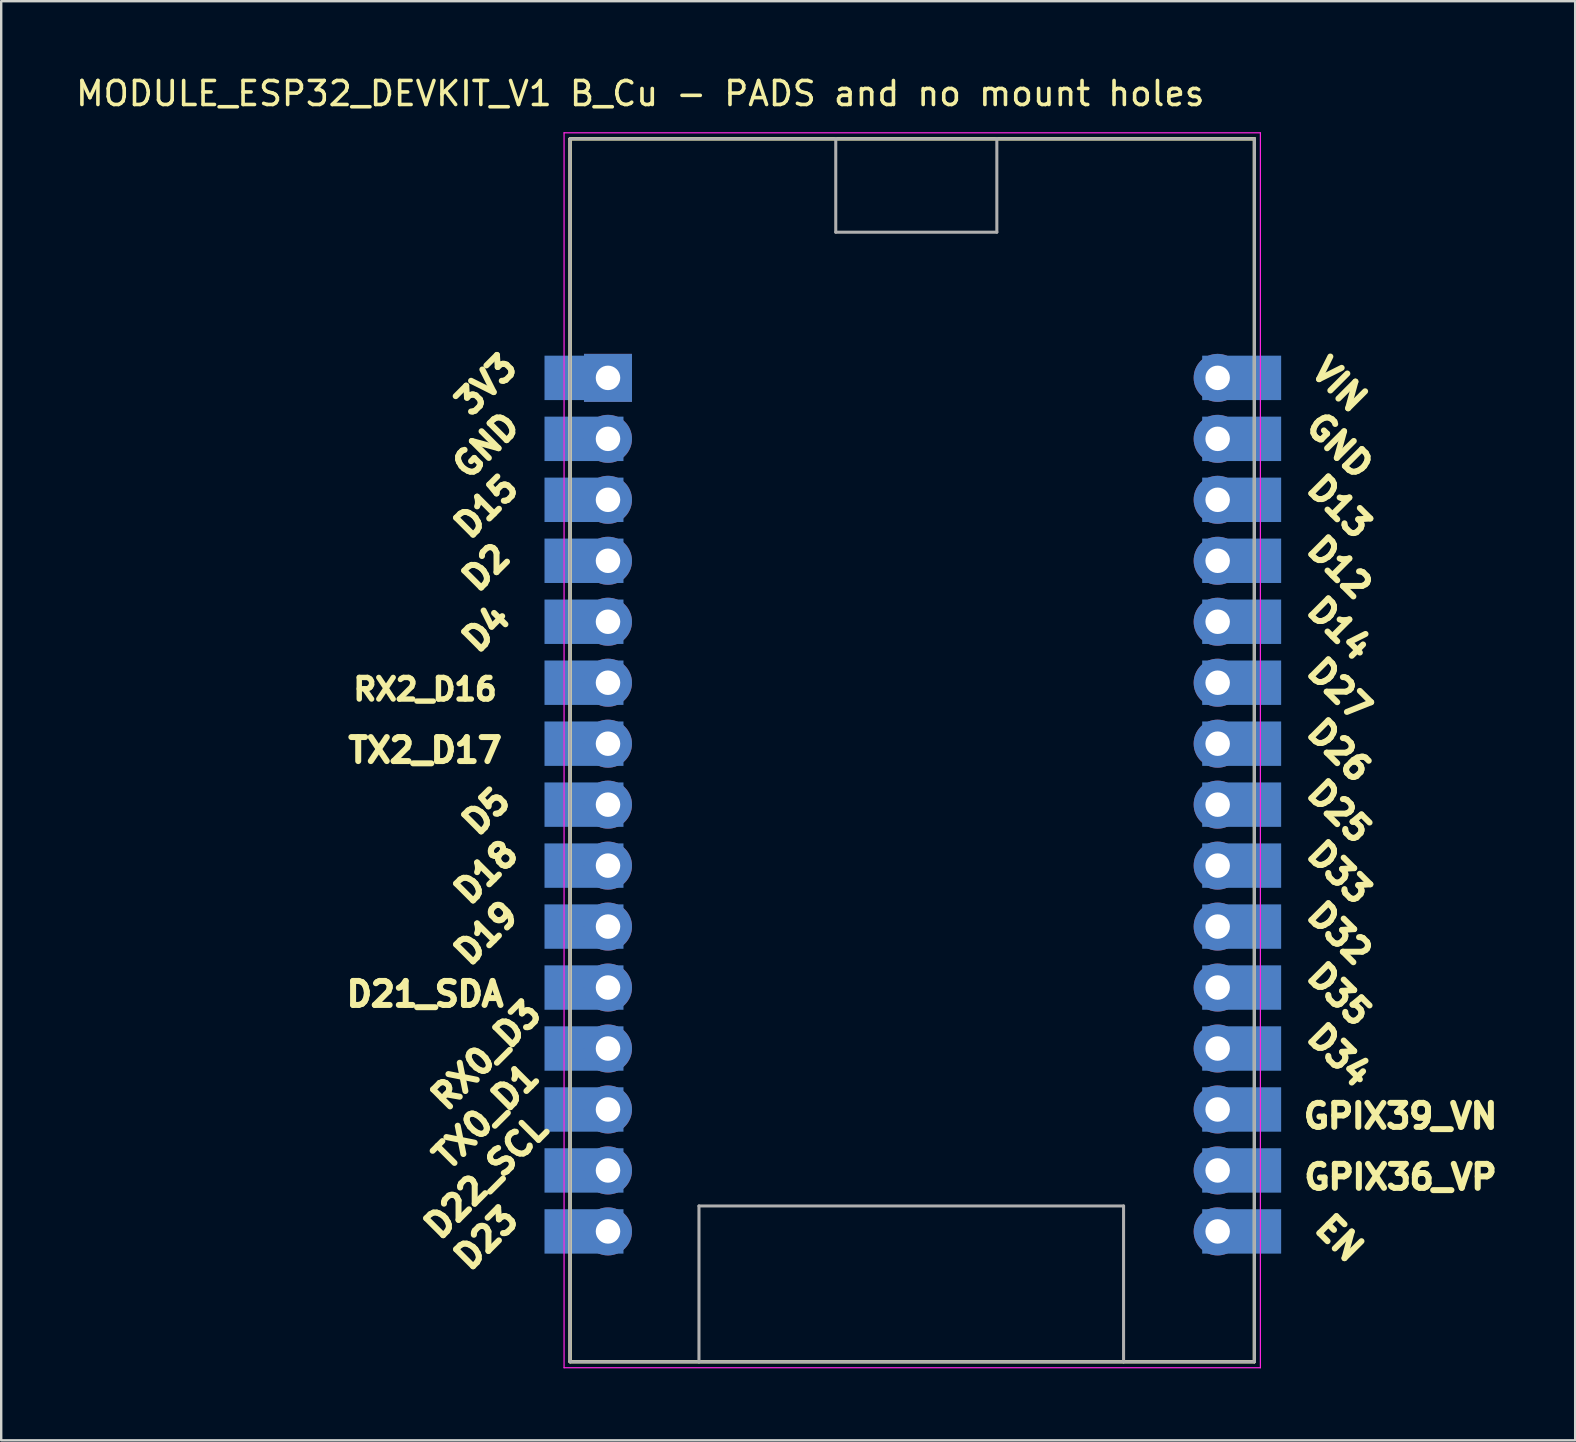
<source format=kicad_pcb>
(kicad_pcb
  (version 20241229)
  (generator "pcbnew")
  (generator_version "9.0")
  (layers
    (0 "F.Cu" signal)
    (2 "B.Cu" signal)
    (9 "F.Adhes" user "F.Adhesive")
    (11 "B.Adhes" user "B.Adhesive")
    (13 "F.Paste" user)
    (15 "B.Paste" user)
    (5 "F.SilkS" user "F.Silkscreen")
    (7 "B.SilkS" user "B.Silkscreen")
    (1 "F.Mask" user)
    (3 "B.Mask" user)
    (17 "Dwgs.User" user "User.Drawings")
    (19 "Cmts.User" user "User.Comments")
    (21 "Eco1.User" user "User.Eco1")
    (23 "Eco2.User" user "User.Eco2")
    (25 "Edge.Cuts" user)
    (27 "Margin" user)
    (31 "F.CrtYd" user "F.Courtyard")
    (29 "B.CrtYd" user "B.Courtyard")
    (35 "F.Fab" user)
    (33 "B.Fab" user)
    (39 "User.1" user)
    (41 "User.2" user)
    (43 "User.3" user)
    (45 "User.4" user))
  (footprint "MODULE_ESP32_DEVKIT_V1 B_Cu - PADS and no mount holes"
    (layer "F.Cu")
    (at 34.98 28.208)
    (property "Reference" "MODULE_ESP32_DEVKIT_V1 B_Cu - PADS and no mount holes" (at -11.355 -27.36 180) (layer "F.SilkS") (effects (font (size 1 1) (thickness 0.15))))
    (attr through_hole)
    (fp_line (start -14.28 -25.475) (end -3.211 -25.475) (stroke (width 0.127) (type solid)) (layer "F.SilkS"))
    (fp_line (start -14.28 -25.475) (end 14.23 -25.475) (stroke (width 0.127) (type solid)) (layer "F.SilkS"))
    (fp_line (start -14.28 25.475) (end -14.28 -25.475) (stroke (width 0.127) (type solid)) (layer "F.SilkS"))
    (fp_line (start -14.28 25.475) (end -14.28 -25.475) (stroke (width 0.127) (type solid)) (layer "F.SilkS"))
    (fp_line (start -14.28 25.475) (end -8.91 25.475) (stroke (width 0.127) (type solid)) (layer "F.SilkS"))
    (fp_line (start -8.91 25.475) (end 8.78 25.475) (stroke (width 0.127) (type solid)) (layer "F.SilkS"))
    (fp_line (start -3.211 -25.475) (end 3.5 -25.475) (stroke (width 0.127) (type solid)) (layer "F.SilkS"))
    (fp_line (start 3.5 -25.475) (end 14.23 -25.475) (stroke (width 0.127) (type solid)) (layer "F.SilkS"))
    (fp_line (start 8.78 25.475) (end 14.23 25.475) (stroke (width 0.127) (type solid)) (layer "F.SilkS"))
    (fp_line (start 14.23 -25.475) (end 14.23 25.475) (stroke (width 0.127) (type solid)) (layer "F.SilkS"))
    (fp_line (start 14.23 -25.475) (end 14.23 25.475) (stroke (width 0.127) (type solid)) (layer "F.SilkS"))
    (fp_line (start 14.23 25.475) (end -14.28 25.475) (stroke (width 0.127) (type solid)) (layer "F.SilkS"))
    (fp_line (start -14.53 -25.725) (end -14.53 25.725) (stroke (width 0.05) (type solid)) (layer "F.CrtYd"))
    (fp_line (start -14.53 25.725) (end 14.48 25.725) (stroke (width 0.05) (type solid)) (layer "F.CrtYd"))
    (fp_line (start 14.48 -25.725) (end -14.53 -25.725) (stroke (width 0.05) (type solid)) (layer "F.CrtYd"))
    (fp_line (start 14.48 25.725) (end 14.48 -25.725) (stroke (width 0.05) (type solid)) (layer "F.CrtYd"))
    (fp_line (start -14.28 -25.475) (end -3.211 -25.475) (stroke (width 0.127) (type solid)) (layer "F.Fab"))
    (fp_line (start -14.28 25.475) (end -14.28 -25.475) (stroke (width 0.127) (type solid)) (layer "F.Fab"))
    (fp_line (start -14.28 25.475) (end -8.91 25.475) (stroke (width 0.127) (type solid)) (layer "F.Fab"))
    (fp_line (start -8.91 18.985) (end 8.78 18.985) (stroke (width 0.127) (type solid)) (layer "F.Fab"))
    (fp_line (start -8.91 25.475) (end -8.91 18.985) (stroke (width 0.127) (type solid)) (layer "F.Fab"))
    (fp_line (start -8.91 25.475) (end 8.78 25.475) (stroke (width 0.127) (type solid)) (layer "F.Fab"))
    (fp_line (start -3.211 -25.475) (end 3.5 -25.475) (stroke (width 0.127) (type solid)) (layer "F.Fab"))
    (fp_line (start -3.211 -21.585) (end -3.211 -25.475) (stroke (width 0.127) (type solid)) (layer "F.Fab"))
    (fp_line (start 3.5 -25.475) (end 3.5 -21.585) (stroke (width 0.127) (type solid)) (layer "F.Fab"))
    (fp_line (start 3.5 -25.475) (end 14.23 -25.475) (stroke (width 0.127) (type solid)) (layer "F.Fab"))
    (fp_line (start 3.5 -21.585) (end -3.211 -21.585) (stroke (width 0.127) (type solid)) (layer "F.Fab"))
    (fp_line (start 8.78 18.985) (end 8.78 25.475) (stroke (width 0.127) (type solid)) (layer "F.Fab"))
    (fp_line (start 8.78 25.475) (end 14.23 25.475) (stroke (width 0.127) (type solid)) (layer "F.Fab"))
    (fp_line (start 14.23 -25.475) (end 14.23 25.475) (stroke (width 0.127) (type solid)) (layer "F.Fab"))
    (fp_text user "D21_SDA" (at -20.32 10.16 0) (unlocked yes) (layer "F.SilkS") (effects (font (size 1 1) (thickness 0.25) (bold yes))))
    (fp_text user "D2" (at -17.78 -7.62 45) (unlocked yes) (layer "F.SilkS") (effects (font (size 1 1) (thickness 0.25) (bold yes))))
    (fp_text user "D5" (at -17.78 2.54 45) (unlocked yes) (layer "F.SilkS") (effects (font (size 1 1) (thickness 0.25) (bold yes))))
    (fp_text user "GND" (at -17.78 -12.7 45) (unlocked yes) (layer "F.SilkS") (effects (font (size 1 1) (thickness 0.25) (bold yes))))
    (fp_text user "RX2_D16" (at -20.32 -2.54 0) (unlocked yes) (layer "F.SilkS") (effects (font (size 0.9 0.9) (thickness 0.225) (bold yes))))
    (fp_text user "GPIX39_VN" (at 20.32 15.24 0) (unlocked yes) (layer "F.SilkS") (effects (font (size 1 1) (thickness 0.25) (bold yes))))
    (fp_text user "D14" (at 17.78 -5.08 315) (unlocked yes) (layer "F.SilkS") (effects (font (size 1 1) (thickness 0.25) (bold yes))))
    (fp_text user "TX2_D17" (at -20.32 0 0) (unlocked yes) (layer "F.SilkS") (effects (font (size 1 1) (thickness 0.25) (bold yes))))
    (fp_text user "D27" (at 17.78 -2.54 315) (unlocked yes) (layer "F.SilkS") (effects (font (size 1 1) (thickness 0.25) (bold yes))))
    (fp_text user "3V3" (at -17.78 -15.24 45) (unlocked yes) (layer "F.SilkS") (effects (font (size 1 1) (thickness 0.25) (bold yes))))
    (fp_text user "D19" (at -17.78 7.62 45) (unlocked yes) (layer "F.SilkS") (effects (font (size 1 1) (thickness 0.25) (bold yes))))
    (fp_text user "GPIX36_VP" (at 20.32 17.78 0) (unlocked yes) (layer "F.SilkS") (effects (font (size 1 1) (thickness 0.25) (bold yes))))
    (fp_text user "D12" (at 17.78 -7.62 315) (unlocked yes) (layer "F.SilkS") (effects (font (size 1 1) (thickness 0.25) (bold yes))))
    (fp_text user "D25" (at 17.78 2.54 315) (unlocked yes) (layer "F.SilkS") (effects (font (size 1 1) (thickness 0.25) (bold yes))))
    (fp_text user "GND" (at 17.78 -12.7 315) (unlocked yes) (layer "F.SilkS") (effects (font (size 1 1) (thickness 0.25) (bold yes))))
    (fp_text user "D26" (at 17.78 0 315) (unlocked yes) (layer "F.SilkS") (effects (font (size 1 1) (thickness 0.25) (bold yes))))
    (fp_text user "D34" (at 17.78 12.7 315) (unlocked yes) (layer "F.SilkS") (effects (font (size 1 1) (thickness 0.25) (bold yes))))
    (fp_text user "RX0_D3" (at -17.78 12.7 45) (unlocked yes) (layer "F.SilkS") (effects (font (size 1 1) (thickness 0.25) (bold yes))))
    (fp_text user "D22_SCL" (at -17.78 17.78 45) (unlocked yes) (layer "F.SilkS") (effects (font (size 1 1) (thickness 0.25) (bold yes))))
    (fp_text user "EN" (at 17.78 20.32 315) (unlocked yes) (layer "F.SilkS") (effects (font (size 1 1) (thickness 0.25) (bold yes))))
    (fp_text user "VIN" (at 17.78 -15.24 315) (unlocked yes) (layer "F.SilkS") (effects (font (size 1 1) (thickness 0.25) (bold yes))))
    (fp_text user "D33" (at 17.78 5.08 315) (unlocked yes) (layer "F.SilkS") (effects (font (size 1 1) (thickness 0.25) (bold yes))))
    (fp_text user "D15" (at -17.78 -10.16 45) (unlocked yes) (layer "F.SilkS") (effects (font (size 1 1) (thickness 0.25) (bold yes))))
    (fp_text user "D32" (at 17.78 7.62 315) (unlocked yes) (layer "F.SilkS") (effects (font (size 1 1) (thickness 0.25) (bold yes))))
    (fp_text user "D23" (at -17.78 20.32 45) (unlocked yes) (layer "F.SilkS") (effects (font (size 1 1) (thickness 0.25) (bold yes))))
    (fp_text user "D4" (at -17.78 -5.08 45) (unlocked yes) (layer "F.SilkS") (effects (font (size 1 1) (thickness 0.25) (bold yes))))
    (fp_text user "D18" (at -17.78 5.08 45) (unlocked yes) (layer "F.SilkS") (effects (font (size 1 1) (thickness 0.25) (bold yes))))
    (fp_text user "TX0_D1" (at -17.78 15.24 45) (unlocked yes) (layer "F.SilkS") (effects (font (size 1 1) (thickness 0.25) (bold yes))))
    (fp_text user "D13" (at 17.78 -10.16 315) (unlocked yes) (layer "F.SilkS") (effects (font (size 1 1) (thickness 0.25) (bold yes))))
    (fp_text user "D35" (at 17.78 10.16 315) (unlocked yes) (layer "F.SilkS") (effects (font (size 1 1) (thickness 0.25) (bold yes))))
    (pad "1" smd rect (at -13.7 -15.515) (size 3.29 1.85) (layers "F.Mask" "B.Cu"))
    (pad "1" thru_hole rect (at -12.7 -15.515) (size 2 2) (drill 1.02) (layers "*.Cu" "*.Mask"))
    (pad "2" smd rect (at -13.7 -12.975) (size 3.29 1.85) (layers "F.Mask" "B.Cu"))
    (pad "2" thru_hole circle (at -12.7 -12.975) (size 2 2) (drill 1.02) (layers "*.Cu" "*.Mask"))
    (pad "3" smd rect (at -13.7 -10.435) (size 3.29 1.85) (layers "F.Mask" "B.Cu"))
    (pad "3" thru_hole circle (at -12.7 -10.435) (size 2 2) (drill 1.02) (layers "*.Cu" "*.Mask"))
    (pad "4" smd rect (at -13.7 -7.895) (size 3.29 1.85) (layers "F.Mask" "B.Cu"))
    (pad "4" thru_hole circle (at -12.7 -7.895) (size 2 2) (drill 1.02) (layers "*.Cu" "*.Mask"))
    (pad "5" smd rect (at -13.7 -5.355) (size 3.29 1.85) (layers "F.Mask" "B.Cu"))
    (pad "5" thru_hole circle (at -12.7 -5.355) (size 2 2) (drill 1.02) (layers "*.Cu" "*.Mask"))
    (pad "6" smd rect (at -13.7 -2.815) (size 3.29 1.85) (layers "F.Mask" "B.Cu"))
    (pad "6" thru_hole circle (at -12.7 -2.815) (size 2 2) (drill 1.02) (layers "*.Cu" "*.Mask"))
    (pad "7" smd rect (at -13.7 -0.275) (size 3.29 1.85) (layers "F.Mask" "B.Cu"))
    (pad "7" thru_hole circle (at -12.7 -0.275) (size 2 2) (drill 1.02) (layers "*.Cu" "*.Mask"))
    (pad "8" smd rect (at -13.7 2.265) (size 3.29 1.85) (layers "F.Mask" "B.Cu"))
    (pad "8" thru_hole circle (at -12.7 2.265) (size 2 2) (drill 1.02) (layers "*.Cu" "*.Mask"))
    (pad "9" smd rect (at -13.7 4.805) (size 3.29 1.85) (layers "F.Mask" "B.Cu"))
    (pad "9" thru_hole circle (at -12.7 4.805) (size 2 2) (drill 1.02) (layers "*.Cu" "*.Mask"))
    (pad "10" smd rect (at -13.7 7.345) (size 3.29 1.85) (layers "F.Mask" "B.Cu"))
    (pad "10" thru_hole circle (at -12.7 7.345) (size 2 2) (drill 1.02) (layers "*.Cu" "*.Mask"))
    (pad "11" smd rect (at -13.7 9.885) (size 3.29 1.85) (layers "F.Mask" "B.Cu"))
    (pad "11" thru_hole circle (at -12.7 9.885) (size 2 2) (drill 1.02) (layers "*.Cu" "*.Mask"))
    (pad "12" smd rect (at -13.7 12.425) (size 3.29 1.85) (layers "F.Mask" "B.Cu"))
    (pad "12" thru_hole circle (at -12.7 12.425) (size 2 2) (drill 1.02) (layers "*.Cu" "*.Mask"))
    (pad "13" smd rect (at -13.7 14.965) (size 3.29 1.85) (layers "F.Mask" "B.Cu"))
    (pad "13" thru_hole circle (at -12.7 14.965) (size 2 2) (drill 1.02) (layers "*.Cu" "*.Mask"))
    (pad "14" smd rect (at -13.7 17.505) (size 3.29 1.85) (layers "F.Mask" "B.Cu"))
    (pad "14" thru_hole circle (at -12.7 17.505) (size 2 2) (drill 1.02) (layers "*.Cu" "*.Mask"))
    (pad "15" smd rect (at -13.7 20.045) (size 3.29 1.85) (layers "F.Mask" "B.Cu"))
    (pad "15" thru_hole circle (at -12.7 20.045) (size 2 2) (drill 1.02) (layers "*.Cu" "*.Mask"))
    (pad "16" thru_hole circle (at 12.7 20.045) (size 2 2) (drill 1.02) (layers "*.Cu" "*.Mask"))
    (pad "16" smd rect (at 13.7 20.045) (size 3.29 1.85) (layers "F.Mask" "B.Cu"))
    (pad "17" thru_hole circle (at 12.7 17.505) (size 2 2) (drill 1.02) (layers "*.Cu" "*.Mask"))
    (pad "17" smd rect (at 13.7 17.505) (size 3.29 1.85) (layers "F.Mask" "B.Cu"))
    (pad "18" thru_hole circle (at 12.7 14.965) (size 2 2) (drill 1.02) (layers "*.Cu" "*.Mask"))
    (pad "18" smd rect (at 13.7 14.965) (size 3.29 1.85) (layers "F.Mask" "B.Cu"))
    (pad "19" thru_hole circle (at 12.7 12.425) (size 2 2) (drill 1.02) (layers "*.Cu" "*.Mask"))
    (pad "19" smd rect (at 13.7 12.425) (size 3.29 1.85) (layers "F.Mask" "B.Cu"))
    (pad "20" thru_hole circle (at 12.7 9.885) (size 2 2) (drill 1.02) (layers "*.Cu" "*.Mask"))
    (pad "20" smd rect (at 13.7 9.885) (size 3.29 1.85) (layers "F.Mask" "B.Cu"))
    (pad "21" thru_hole circle (at 12.7 7.345) (size 2 2) (drill 1.02) (layers "*.Cu" "*.Mask"))
    (pad "21" smd rect (at 13.7 7.345) (size 3.29 1.85) (layers "F.Mask" "B.Cu"))
    (pad "22" thru_hole circle (at 12.7 4.805) (size 2 2) (drill 1.02) (layers "*.Cu" "*.Mask"))
    (pad "22" smd rect (at 13.7 4.805) (size 3.29 1.85) (layers "F.Mask" "B.Cu"))
    (pad "23" thru_hole circle (at 12.7 2.265) (size 2 2) (drill 1.02) (layers "*.Cu" "*.Mask"))
    (pad "23" smd rect (at 13.7 2.265) (size 3.29 1.85) (layers "F.Mask" "B.Cu"))
    (pad "24" thru_hole circle (at 12.7 -0.275) (size 2 2) (drill 1.02) (layers "*.Cu" "*.Mask"))
    (pad "24" smd rect (at 13.7 -0.275) (size 3.29 1.85) (layers "F.Mask" "B.Cu"))
    (pad "25" thru_hole circle (at 12.7 -2.815) (size 2 2) (drill 1.02) (layers "*.Cu" "*.Mask"))
    (pad "25" smd rect (at 13.7 -2.815) (size 3.29 1.85) (layers "F.Mask" "B.Cu"))
    (pad "26" thru_hole circle (at 12.7 -5.355) (size 2 2) (drill 1.02) (layers "*.Cu" "*.Mask"))
    (pad "26" smd rect (at 13.7 -5.355) (size 3.29 1.85) (layers "F.Mask" "B.Cu"))
    (pad "27" thru_hole circle (at 12.7 -7.895) (size 2 2) (drill 1.02) (layers "*.Cu" "*.Mask"))
    (pad "27" smd rect (at 13.7 -7.895) (size 3.29 1.85) (layers "F.Mask" "B.Cu"))
    (pad "28" thru_hole circle (at 12.7 -10.435) (size 2 2) (drill 1.02) (layers "*.Cu" "*.Mask"))
    (pad "28" smd rect (at 13.7 -10.435) (size 3.29 1.85) (layers "F.Mask" "B.Cu"))
    (pad "29" thru_hole circle (at 12.7 -12.975) (size 2 2) (drill 1.02) (layers "*.Cu" "*.Mask"))
    (pad "29" smd rect (at 13.7 -12.975) (size 3.29 1.85) (layers "F.Mask" "B.Cu"))
    (pad "30" thru_hole circle (at 12.7 -15.515) (size 2 2) (drill 1.02) (layers "*.Cu" "*.Mask"))
    (pad "30" smd rect (at 13.7 -15.515) (size 3.29 1.85) (layers "F.Mask" "B.Cu")))
  (gr_rect
    (start -3 -3)
    (end 62.575 56.958)
    (stroke (width 0.1) (type default))
    (fill no)
    (layer "Edge.Cuts")))
</source>
